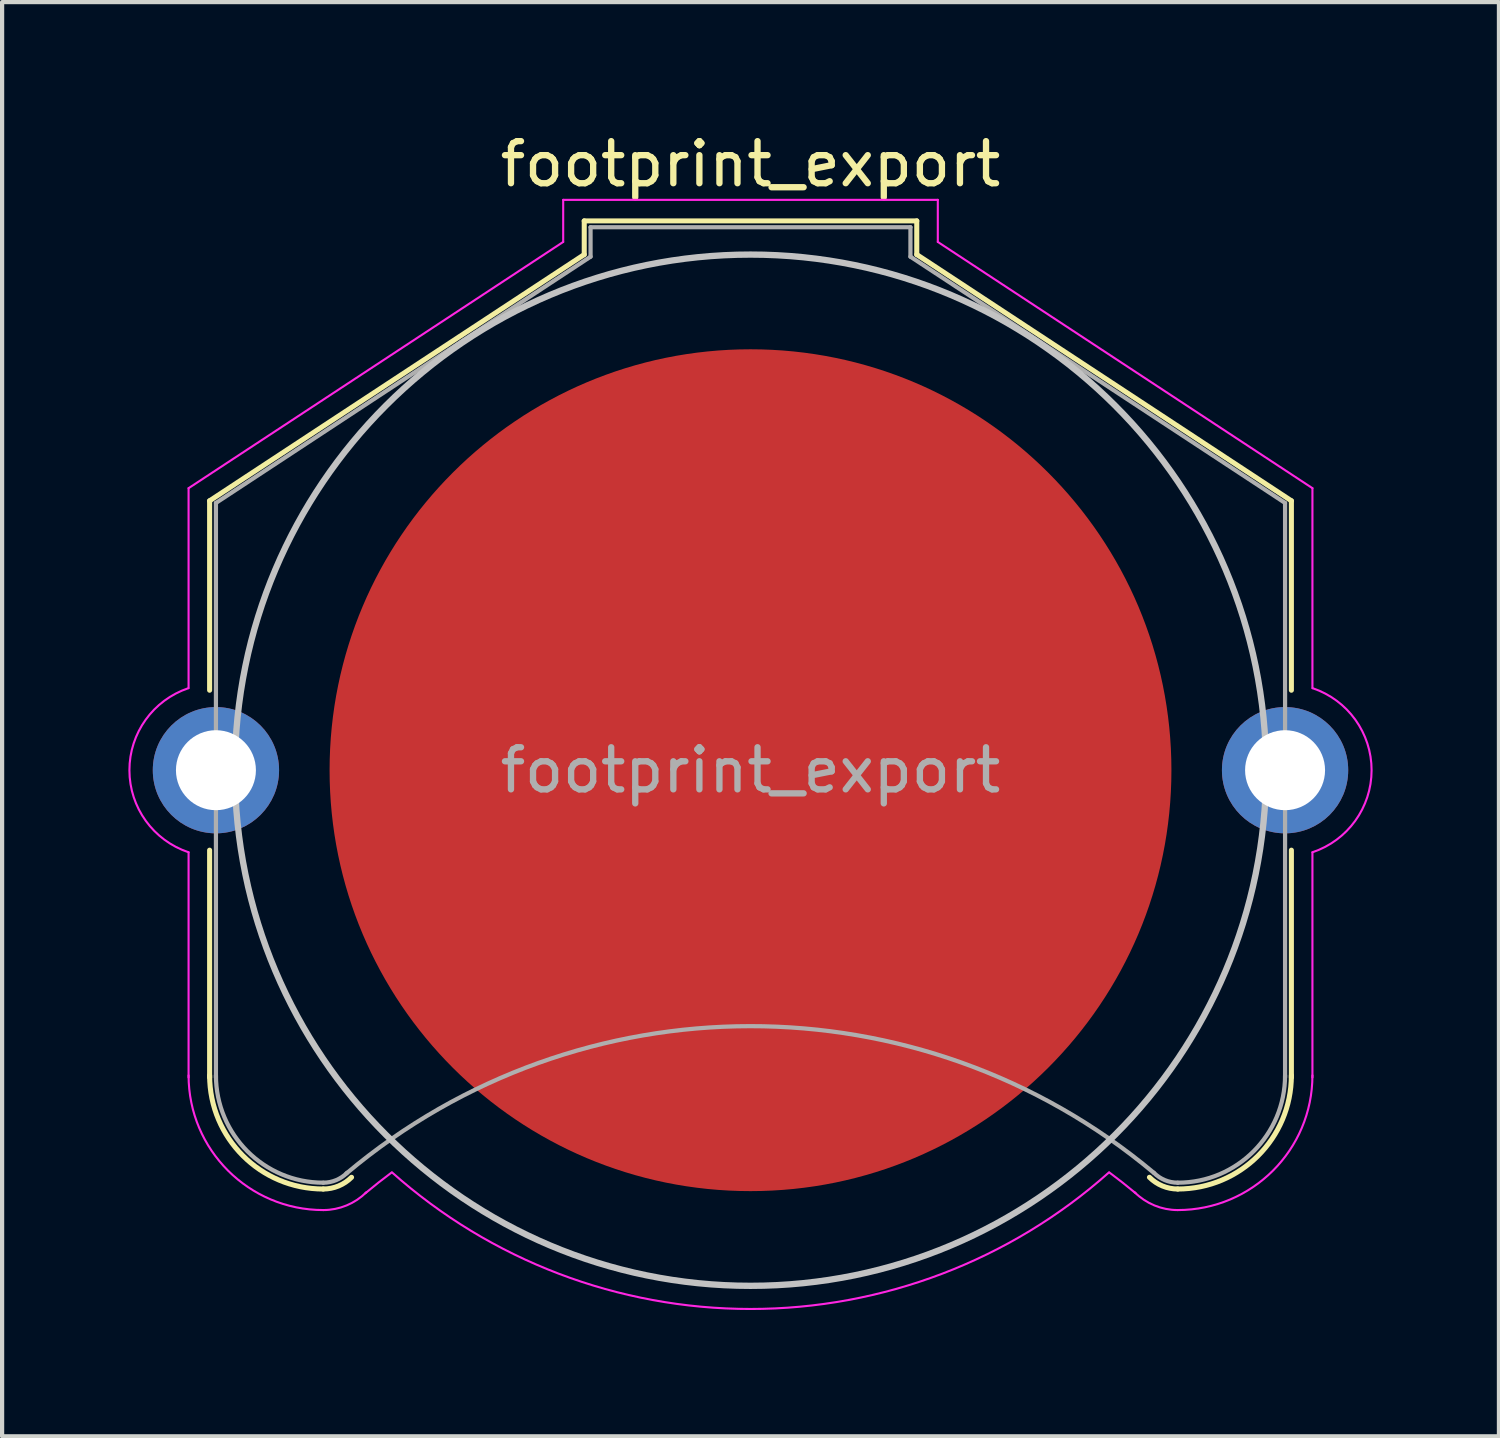
<source format=kicad_pcb>
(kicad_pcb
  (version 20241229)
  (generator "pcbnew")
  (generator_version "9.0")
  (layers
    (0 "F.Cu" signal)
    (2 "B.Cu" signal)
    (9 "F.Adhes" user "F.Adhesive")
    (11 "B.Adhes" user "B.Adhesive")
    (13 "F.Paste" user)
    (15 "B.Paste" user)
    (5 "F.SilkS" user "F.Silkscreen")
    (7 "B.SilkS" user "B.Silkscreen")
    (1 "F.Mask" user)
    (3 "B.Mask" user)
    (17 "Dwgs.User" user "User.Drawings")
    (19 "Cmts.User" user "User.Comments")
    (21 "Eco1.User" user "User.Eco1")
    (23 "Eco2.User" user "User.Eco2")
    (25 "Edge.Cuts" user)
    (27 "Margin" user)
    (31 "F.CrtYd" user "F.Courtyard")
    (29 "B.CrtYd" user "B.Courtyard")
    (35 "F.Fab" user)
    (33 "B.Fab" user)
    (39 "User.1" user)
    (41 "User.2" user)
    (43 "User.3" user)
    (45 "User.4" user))
  (footprint "footprint_export"
    (layer "F.Cu")
    (at 14.78 15.248)
    (property "Reference" "footprint_export" (at 0 -14.4 0) (layer "F.SilkS") (effects (font (size 1 1) (thickness 0.15))))
    (attr through_hole)
    (fp_line (start -12.85 -6.4) (end -12.85 -1.9) (stroke (width 0.12) (type solid)) (layer "F.SilkS"))
    (fp_line (start -12.85 1.9) (end -12.85 7.3) (stroke (width 0.12) (type solid)) (layer "F.SilkS"))
    (fp_line (start -3.95 -13.05) (end -3.95 -12.25) (stroke (width 0.12) (type solid)) (layer "F.SilkS"))
    (fp_line (start -3.95 -13.05) (end 3.95 -13.05) (stroke (width 0.12) (type solid)) (layer "F.SilkS"))
    (fp_line (start -3.95 -12.25) (end -12.85 -6.4) (stroke (width 0.12) (type solid)) (layer "F.SilkS"))
    (fp_line (start 3.95 -13.05) (end 3.95 -12.25) (stroke (width 0.12) (type solid)) (layer "F.SilkS"))
    (fp_line (start 3.95 -12.25) (end 12.85 -6.4) (stroke (width 0.12) (type solid)) (layer "F.SilkS"))
    (fp_line (start 12.85 -6.4) (end 12.85 -1.9) (stroke (width 0.12) (type solid)) (layer "F.SilkS"))
    (fp_line (start 12.85 1.9) (end 12.85 7.3) (stroke (width 0.12) (type solid)) (layer "F.SilkS"))
    (fp_arc (start -10.15 9.95) (mid -12.059188 9.159188) (end -12.85 7.25) (stroke (width 0.12) (type solid)) (layer "F.SilkS"))
    (fp_arc (start -9.478249 9.671751) (mid -9.786451 9.877685) (end -10.15 9.95) (stroke (width 0.12) (type solid)) (layer "F.SilkS"))
    (fp_arc (start 10.15 9.95) (mid 9.786451 9.877686) (end 9.478249 9.671751) (stroke (width 0.12) (type solid)) (layer "F.SilkS"))
    (fp_arc (start 12.85 7.25) (mid 12.059188 9.159188) (end 10.15 9.95) (stroke (width 0.12) (type solid)) (layer "F.SilkS"))
    (fp_circle (center 0 0) (end 12.25 0) (stroke (width 0.15) (type solid)) (fill no) (layer "Dwgs.User"))
    (fp_line (start -13.35 -6.7) (end -13.35 -1.95) (stroke (width 0.05) (type solid)) (layer "F.CrtYd"))
    (fp_line (start -13.35 1.95) (end -13.35 7.3) (stroke (width 0.05) (type solid)) (layer "F.CrtYd"))
    (fp_line (start -4.45 -13.55) (end -4.45 -12.55) (stroke (width 0.05) (type solid)) (layer "F.CrtYd"))
    (fp_line (start -4.45 -13.55) (end 4.45 -13.55) (stroke (width 0.05) (type solid)) (layer "F.CrtYd"))
    (fp_line (start -4.45 -12.55) (end -13.35 -6.7) (stroke (width 0.05) (type solid)) (layer "F.CrtYd"))
    (fp_line (start 4.45 -13.55) (end 4.45 -12.55) (stroke (width 0.05) (type solid)) (layer "F.CrtYd"))
    (fp_line (start 4.45 -12.55) (end 13.35 -6.7) (stroke (width 0.05) (type solid)) (layer "F.CrtYd"))
    (fp_line (start 13.35 -6.7) (end 13.35 -1.95) (stroke (width 0.05) (type solid)) (layer "F.CrtYd"))
    (fp_line (start 13.35 1.95) (end 13.35 7.3) (stroke (width 0.05) (type solid)) (layer "F.CrtYd"))
    (fp_arc (start -13.35 1.95) (mid -14.755479 0.002334) (end -13.354426 -1.948519) (stroke (width 0.05) (type solid)) (layer "F.CrtYd"))
    (fp_arc (start -10.15 10.45) (mid -12.412742 9.512742) (end -13.35 7.25) (stroke (width 0.05) (type solid)) (layer "F.CrtYd"))
    (fp_arc (start -9.15 10.05) (mid -8.840691 9.798786) (end -8.524488 9.556307) (stroke (width 0.05) (type solid)) (layer "F.CrtYd"))
    (fp_arc (start -9.124695 10.025305) (mid -9.595109 10.339626) (end -10.15 10.45) (stroke (width 0.05) (type solid)) (layer "F.CrtYd"))
    (fp_arc (start 0 12.8) (mid -4.55581 11.961797) (end -8.514949 9.556969) (stroke (width 0.05) (type solid)) (layer "F.CrtYd"))
    (fp_arc (start 8.514949 9.556969) (mid 4.55581 11.961798) (end 0 12.8) (stroke (width 0.05) (type solid)) (layer "F.CrtYd"))
    (fp_arc (start 8.524488 9.556307) (mid 8.840691 9.798786) (end 9.15 10.05) (stroke (width 0.05) (type solid)) (layer "F.CrtYd"))
    (fp_arc (start 10.15 10.45) (mid 9.595109 10.339625) (end 9.124695 10.025305) (stroke (width 0.05) (type solid)) (layer "F.CrtYd"))
    (fp_arc (start 13.35 7.25) (mid 12.412742 9.512742) (end 10.15 10.45) (stroke (width 0.05) (type solid)) (layer "F.CrtYd"))
    (fp_arc (start 13.354426 -1.948519) (mid 14.755479 0.002334) (end 13.35 1.95) (stroke (width 0.05) (type solid)) (layer "F.CrtYd"))
    (fp_line (start -12.7 -6.35) (end -12.7 7.3) (stroke (width 0.1) (type solid)) (layer "F.Fab"))
    (fp_line (start -3.8 -12.9) (end -3.8 -12.2) (stroke (width 0.1) (type solid)) (layer "F.Fab"))
    (fp_line (start -3.8 -12.9) (end 3.8 -12.9) (stroke (width 0.1) (type solid)) (layer "F.Fab"))
    (fp_line (start -3.8 -12.2) (end -12.7 -6.35) (stroke (width 0.1) (type solid)) (layer "F.Fab"))
    (fp_line (start 3.8 -12.9) (end 3.8 -12.2) (stroke (width 0.1) (type solid)) (layer "F.Fab"))
    (fp_line (start 3.8 -12.2) (end 12.7 -6.35) (stroke (width 0.1) (type solid)) (layer "F.Fab"))
    (fp_line (start 12.7 -6.35) (end 12.7 7.3) (stroke (width 0.1) (type solid)) (layer "F.Fab"))
    (fp_arc (start -10.15 9.8) (mid -11.953122 9.053122) (end -12.7 7.25) (stroke (width 0.1) (type solid)) (layer "F.Fab"))
    (fp_arc (start -9.6 9.58) (mid -0.013392 6.081011) (end 9.579482 9.562783) (stroke (width 0.1) (type solid)) (layer "F.Fab"))
    (fp_arc (start -9.584315 9.565685) (mid -9.843853 9.739103) (end -10.15 9.8) (stroke (width 0.1) (type solid)) (layer "F.Fab"))
    (fp_arc (start 10.15 9.8) (mid 9.843853 9.739104) (end 9.584315 9.565685) (stroke (width 0.1) (type solid)) (layer "F.Fab"))
    (fp_arc (start 12.7 7.25) (mid 11.953122 9.053122) (end 10.15 9.8) (stroke (width 0.1) (type solid)) (layer "F.Fab"))
    (fp_text user "${REFERENCE}" (at 0 0 0) (layer "F.Fab") (effects (font (size 1 1) (thickness 0.15))))
    (pad "1" thru_hole circle (at -12.7 0) (size 3 3) (drill 1.9) (layers "*.Cu" "*.Mask"))
    (pad "1" thru_hole circle (at 12.7 0) (size 3 3) (drill 1.9) (layers "*.Cu" "*.Mask"))
    (pad "2" smd circle (at 0 0) (size 20 20) (layers "F.Cu" "F.Mask")))
  (gr_rect
    (start -3 -3)
    (end 32.561 31.073)
    (stroke (width 0.1) (type default))
    (fill no)
    (layer "Edge.Cuts")))
</source>
